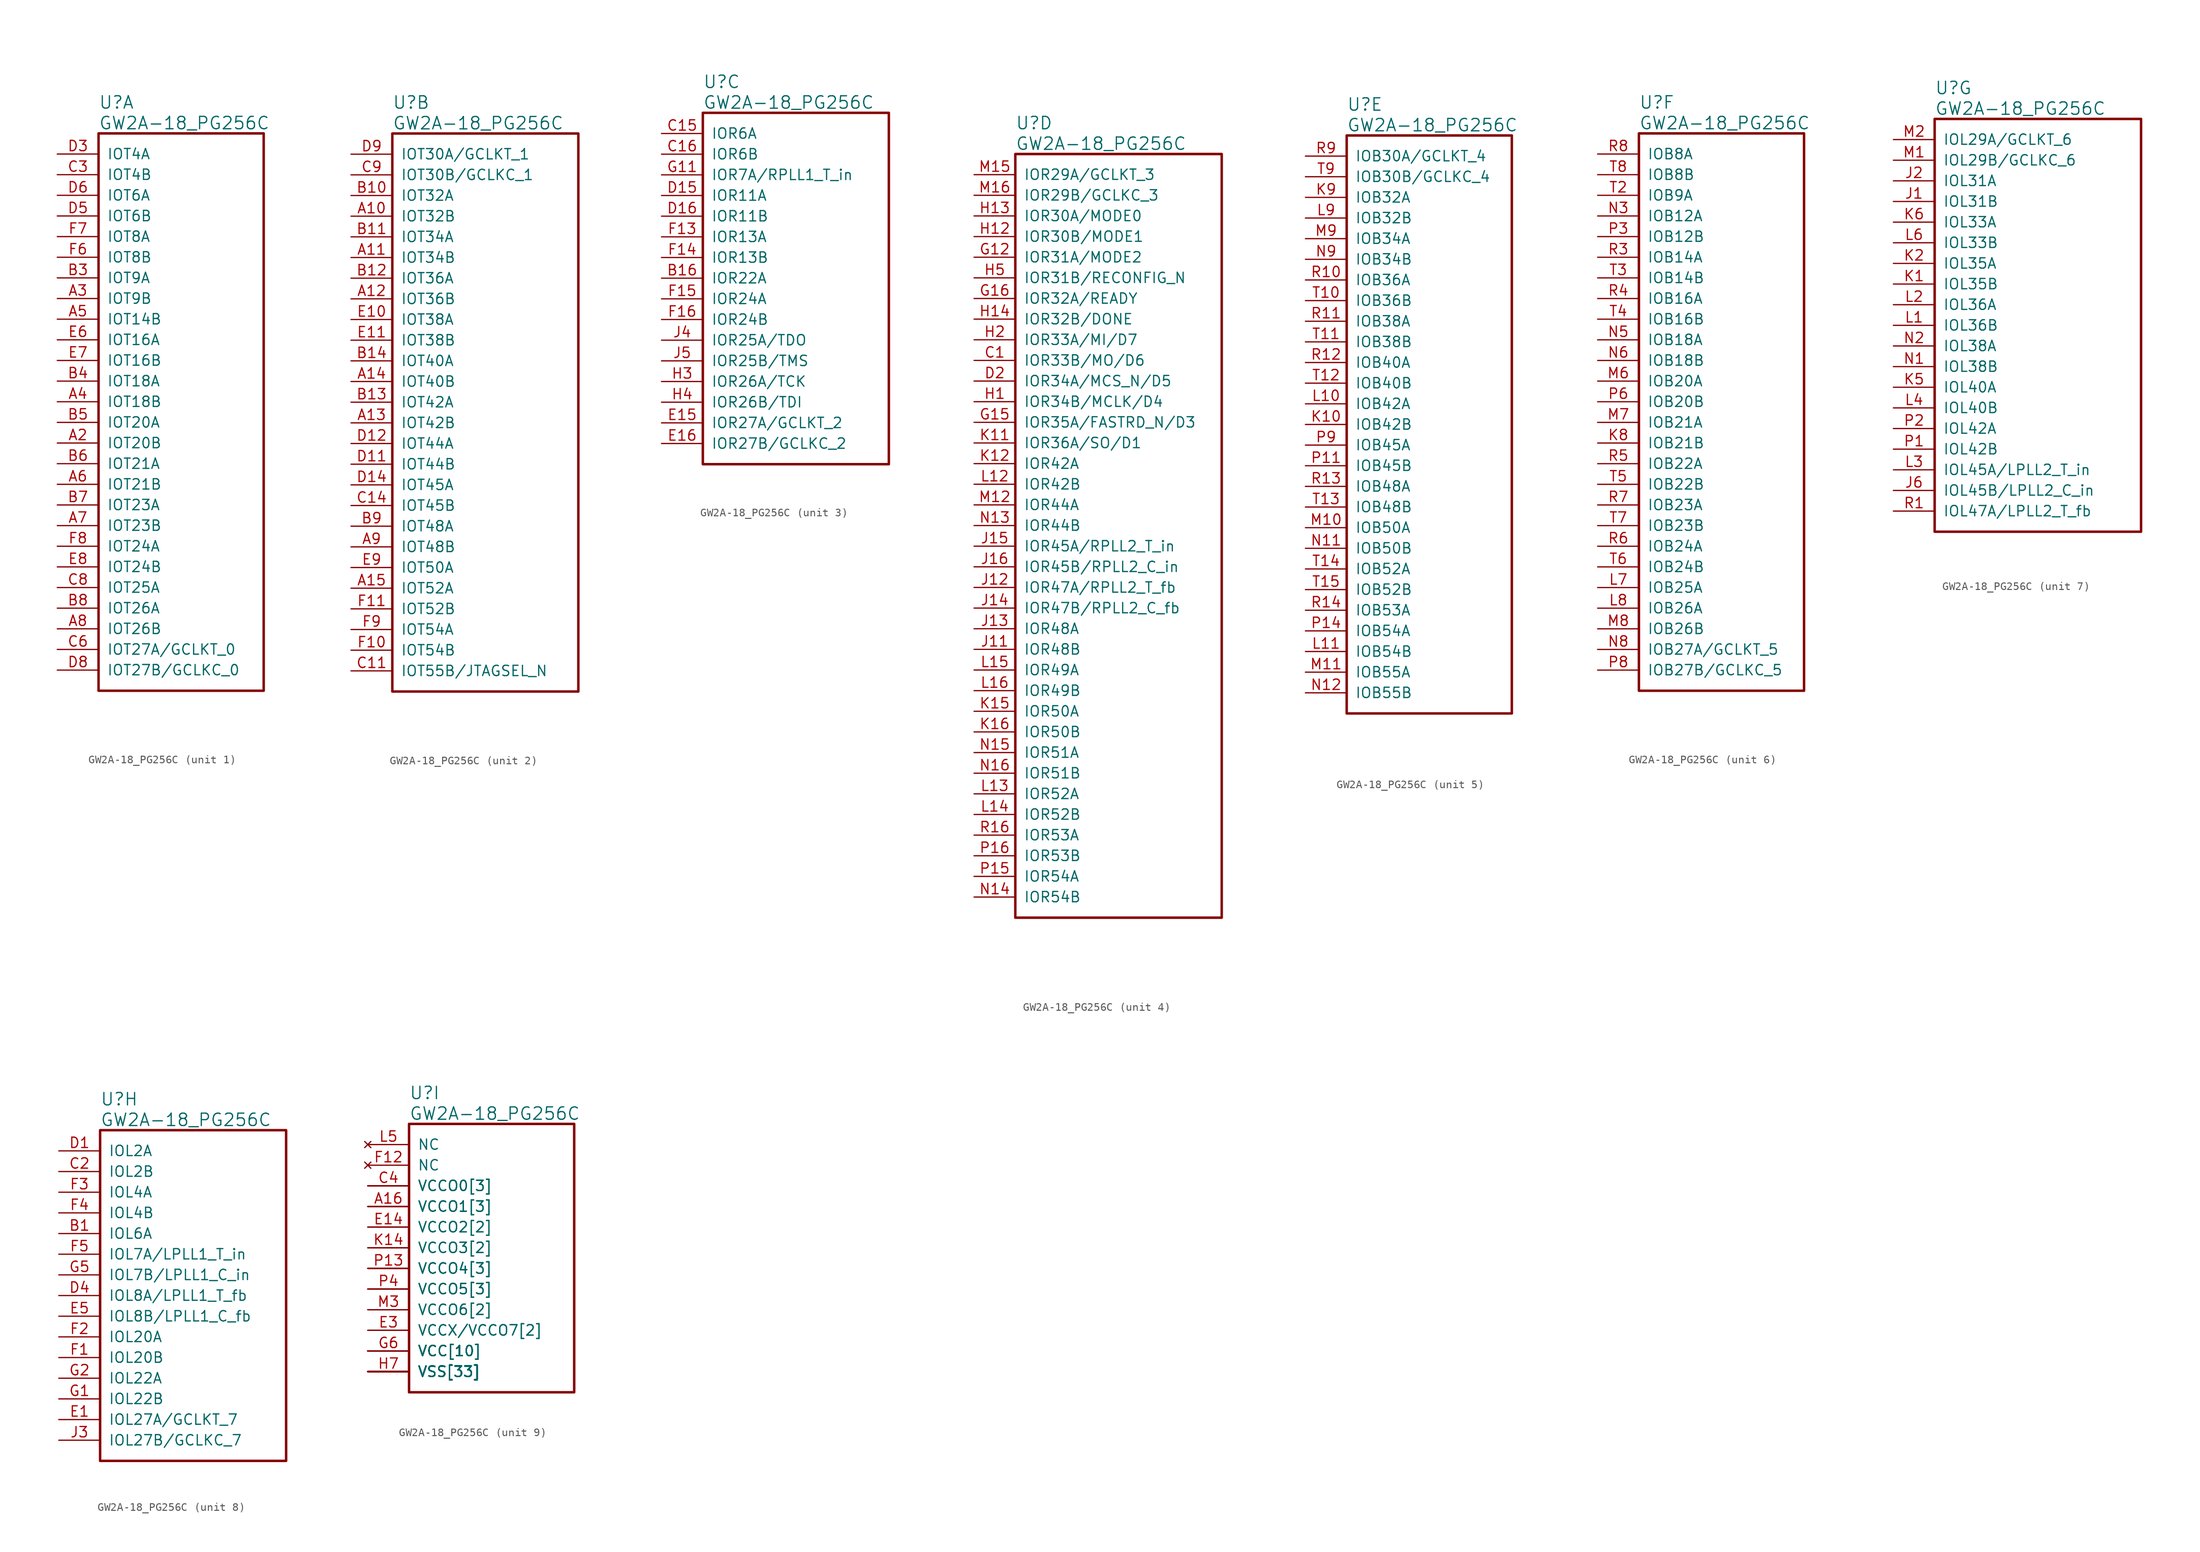
<source format=kicad_sym>
(kicad_symbol_lib
  (version 20241209)
  (generator "kicad_symbol_editor")
  (generator_version "9.0")
  (symbol "GW2A-18_PG256C"
    (pin_names
      (offset 1.016))
    (property "Reference" "U"
      (at 5.08 6.35 0)
      (effects (font (size 1.524 1.524)) (justify left)))
    (property "Value" "GW2A-18_PG256C"
      (at 5.08 3.81 0)
      (effects (font (size 1.524 1.524)) (justify left)))
    (property "ki_locked" ""
      (at 0 0 0)
      (effects (font (size 1.27 1.27))))
    (symbol "GW2A-18_PG256C_1_1"
      (rectangle (start 5.08 2.54) (end 25.4 -66.04) (stroke (width 0.305) (type solid)) (fill (type none)))
      (pin bidirectional line (at 0 0 0) (length 5.08) (name "IOT4A" (effects (font (size 1.27 1.27)))) (number "D3" (effects (font (size 1.27 1.27)))))
      (pin bidirectional line (at 0 -2.54 0) (length 5.08) (name "IOT4B" (effects (font (size 1.27 1.27)))) (number "C3" (effects (font (size 1.27 1.27)))))
      (pin bidirectional line (at 0 -5.08 0) (length 5.08) (name "IOT6A" (effects (font (size 1.27 1.27)))) (number "D6" (effects (font (size 1.27 1.27)))))
      (pin bidirectional line (at 0 -7.62 0) (length 5.08) (name "IOT6B" (effects (font (size 1.27 1.27)))) (number "D5" (effects (font (size 1.27 1.27)))))
      (pin bidirectional line (at 0 -10.16 0) (length 5.08) (name "IOT8A" (effects (font (size 1.27 1.27)))) (number "F7" (effects (font (size 1.27 1.27)))))
      (pin bidirectional line (at 0 -12.7 0) (length 5.08) (name "IOT8B" (effects (font (size 1.27 1.27)))) (number "F6" (effects (font (size 1.27 1.27)))))
      (pin bidirectional line (at 0 -15.24 0) (length 5.08) (name "IOT9A" (effects (font (size 1.27 1.27)))) (number "B3" (effects (font (size 1.27 1.27)))))
      (pin bidirectional line (at 0 -17.78 0) (length 5.08) (name "IOT9B" (effects (font (size 1.27 1.27)))) (number "A3" (effects (font (size 1.27 1.27)))))
      (pin bidirectional line (at 0 -20.32 0) (length 5.08) (name "IOT14B" (effects (font (size 1.27 1.27)))) (number "A5" (effects (font (size 1.27 1.27)))))
      (pin bidirectional line (at 0 -22.86 0) (length 5.08) (name "IOT16A" (effects (font (size 1.27 1.27)))) (number "E6" (effects (font (size 1.27 1.27)))))
      (pin bidirectional line (at 0 -25.4 0) (length 5.08) (name "IOT16B" (effects (font (size 1.27 1.27)))) (number "E7" (effects (font (size 1.27 1.27)))))
      (pin bidirectional line (at 0 -27.94 0) (length 5.08) (name "IOT18A" (effects (font (size 1.27 1.27)))) (number "B4" (effects (font (size 1.27 1.27)))))
      (pin bidirectional line (at 0 -30.48 0) (length 5.08) (name "IOT18B" (effects (font (size 1.27 1.27)))) (number "A4" (effects (font (size 1.27 1.27)))))
      (pin bidirectional line (at 0 -33.02 0) (length 5.08) (name "IOT20A" (effects (font (size 1.27 1.27)))) (number "B5" (effects (font (size 1.27 1.27)))))
      (pin bidirectional line (at 0 -35.56 0) (length 5.08) (name "IOT20B" (effects (font (size 1.27 1.27)))) (number "A2" (effects (font (size 1.27 1.27)))))
      (pin bidirectional line (at 0 -38.1 0) (length 5.08) (name "IOT21A" (effects (font (size 1.27 1.27)))) (number "B6" (effects (font (size 1.27 1.27)))))
      (pin bidirectional line (at 0 -40.64 0) (length 5.08) (name "IOT21B" (effects (font (size 1.27 1.27)))) (number "A6" (effects (font (size 1.27 1.27)))))
      (pin bidirectional line (at 0 -43.18 0) (length 5.08) (name "IOT23A" (effects (font (size 1.27 1.27)))) (number "B7" (effects (font (size 1.27 1.27)))))
      (pin bidirectional line (at 0 -45.72 0) (length 5.08) (name "IOT23B" (effects (font (size 1.27 1.27)))) (number "A7" (effects (font (size 1.27 1.27)))))
      (pin bidirectional line (at 0 -48.26 0) (length 5.08) (name "IOT24A" (effects (font (size 1.27 1.27)))) (number "F8" (effects (font (size 1.27 1.27)))))
      (pin bidirectional line (at 0 -50.8 0) (length 5.08) (name "IOT24B" (effects (font (size 1.27 1.27)))) (number "E8" (effects (font (size 1.27 1.27)))))
      (pin bidirectional line (at 0 -53.34 0) (length 5.08) (name "IOT25A" (effects (font (size 1.27 1.27)))) (number "C8" (effects (font (size 1.27 1.27)))))
      (pin bidirectional line (at 0 -55.88 0) (length 5.08) (name "IOT26A" (effects (font (size 1.27 1.27)))) (number "B8" (effects (font (size 1.27 1.27)))))
      (pin bidirectional line (at 0 -58.42 0) (length 5.08) (name "IOT26B" (effects (font (size 1.27 1.27)))) (number "A8" (effects (font (size 1.27 1.27)))))
      (pin bidirectional line (at 0 -60.96 0) (length 5.08) (name "IOT27A/GCLKT_0" (effects (font (size 1.27 1.27)))) (number "C6" (effects (font (size 1.27 1.27)))))
      (pin bidirectional line (at 0 -63.5 0) (length 5.08) (name "IOT27B/GCLKC_0" (effects (font (size 1.27 1.27)))) (number "D8" (effects (font (size 1.27 1.27))))))
    (symbol "GW2A-18_PG256C_2_1"
      (rectangle (start 5.08 2.54) (end 27.94 -66.04) (stroke (width 0.305) (type solid)) (fill (type none)))
      (pin bidirectional line (at 0 0 0) (length 5.08) (name "IOT30A/GCLKT_1" (effects (font (size 1.27 1.27)))) (number "D9" (effects (font (size 1.27 1.27)))))
      (pin bidirectional line (at 0 -2.54 0) (length 5.08) (name "IOT30B/GCLKC_1" (effects (font (size 1.27 1.27)))) (number "C9" (effects (font (size 1.27 1.27)))))
      (pin bidirectional line (at 0 -5.08 0) (length 5.08) (name "IOT32A" (effects (font (size 1.27 1.27)))) (number "B10" (effects (font (size 1.27 1.27)))))
      (pin bidirectional line (at 0 -7.62 0) (length 5.08) (name "IOT32B" (effects (font (size 1.27 1.27)))) (number "A10" (effects (font (size 1.27 1.27)))))
      (pin bidirectional line (at 0 -10.16 0) (length 5.08) (name "IOT34A" (effects (font (size 1.27 1.27)))) (number "B11" (effects (font (size 1.27 1.27)))))
      (pin bidirectional line (at 0 -12.7 0) (length 5.08) (name "IOT34B" (effects (font (size 1.27 1.27)))) (number "A11" (effects (font (size 1.27 1.27)))))
      (pin bidirectional line (at 0 -15.24 0) (length 5.08) (name "IOT36A" (effects (font (size 1.27 1.27)))) (number "B12" (effects (font (size 1.27 1.27)))))
      (pin bidirectional line (at 0 -17.78 0) (length 5.08) (name "IOT36B" (effects (font (size 1.27 1.27)))) (number "A12" (effects (font (size 1.27 1.27)))))
      (pin bidirectional line (at 0 -20.32 0) (length 5.08) (name "IOT38A" (effects (font (size 1.27 1.27)))) (number "E10" (effects (font (size 1.27 1.27)))))
      (pin bidirectional line (at 0 -22.86 0) (length 5.08) (name "IOT38B" (effects (font (size 1.27 1.27)))) (number "E11" (effects (font (size 1.27 1.27)))))
      (pin bidirectional line (at 0 -25.4 0) (length 5.08) (name "IOT40A" (effects (font (size 1.27 1.27)))) (number "B14" (effects (font (size 1.27 1.27)))))
      (pin bidirectional line (at 0 -27.94 0) (length 5.08) (name "IOT40B" (effects (font (size 1.27 1.27)))) (number "A14" (effects (font (size 1.27 1.27)))))
      (pin bidirectional line (at 0 -30.48 0) (length 5.08) (name "IOT42A" (effects (font (size 1.27 1.27)))) (number "B13" (effects (font (size 1.27 1.27)))))
      (pin bidirectional line (at 0 -33.02 0) (length 5.08) (name "IOT42B" (effects (font (size 1.27 1.27)))) (number "A13" (effects (font (size 1.27 1.27)))))
      (pin bidirectional line (at 0 -35.56 0) (length 5.08) (name "IOT44A" (effects (font (size 1.27 1.27)))) (number "D12" (effects (font (size 1.27 1.27)))))
      (pin bidirectional line (at 0 -38.1 0) (length 5.08) (name "IOT44B" (effects (font (size 1.27 1.27)))) (number "D11" (effects (font (size 1.27 1.27)))))
      (pin bidirectional line (at 0 -40.64 0) (length 5.08) (name "IOT45A" (effects (font (size 1.27 1.27)))) (number "D14" (effects (font (size 1.27 1.27)))))
      (pin bidirectional line (at 0 -43.18 0) (length 5.08) (name "IOT45B" (effects (font (size 1.27 1.27)))) (number "C14" (effects (font (size 1.27 1.27)))))
      (pin bidirectional line (at 0 -45.72 0) (length 5.08) (name "IOT48A" (effects (font (size 1.27 1.27)))) (number "B9" (effects (font (size 1.27 1.27)))))
      (pin bidirectional line (at 0 -48.26 0) (length 5.08) (name "IOT48B" (effects (font (size 1.27 1.27)))) (number "A9" (effects (font (size 1.27 1.27)))))
      (pin bidirectional line (at 0 -50.8 0) (length 5.08) (name "IOT50A" (effects (font (size 1.27 1.27)))) (number "E9" (effects (font (size 1.27 1.27)))))
      (pin bidirectional line (at 0 -53.34 0) (length 5.08) (name "IOT52A" (effects (font (size 1.27 1.27)))) (number "A15" (effects (font (size 1.27 1.27)))))
      (pin bidirectional line (at 0 -55.88 0) (length 5.08) (name "IOT52B" (effects (font (size 1.27 1.27)))) (number "F11" (effects (font (size 1.27 1.27)))))
      (pin bidirectional line (at 0 -58.42 0) (length 5.08) (name "IOT54A" (effects (font (size 1.27 1.27)))) (number "F9" (effects (font (size 1.27 1.27)))))
      (pin bidirectional line (at 0 -60.96 0) (length 5.08) (name "IOT54B" (effects (font (size 1.27 1.27)))) (number "F10" (effects (font (size 1.27 1.27)))))
      (pin bidirectional line (at 0 -63.5 0) (length 5.08) (name "IOT55B/JTAGSEL_N" (effects (font (size 1.27 1.27)))) (number "C11" (effects (font (size 1.27 1.27))))))
    (symbol "GW2A-18_PG256C_3_1"
      (rectangle (start 5.08 2.54) (end 27.94 -40.64) (stroke (width 0.305) (type solid)) (fill (type none)))
      (pin bidirectional line (at 0 0 0) (length 5.08) (name "IOR6A" (effects (font (size 1.27 1.27)))) (number "C15" (effects (font (size 1.27 1.27)))))
      (pin bidirectional line (at 0 -2.54 0) (length 5.08) (name "IOR6B" (effects (font (size 1.27 1.27)))) (number "C16" (effects (font (size 1.27 1.27)))))
      (pin bidirectional line (at 0 -5.08 0) (length 5.08) (name "IOR7A/RPLL1_T_in" (effects (font (size 1.27 1.27)))) (number "G11" (effects (font (size 1.27 1.27)))))
      (pin bidirectional line (at 0 -7.62 0) (length 5.08) (name "IOR11A" (effects (font (size 1.27 1.27)))) (number "D15" (effects (font (size 1.27 1.27)))))
      (pin bidirectional line (at 0 -10.16 0) (length 5.08) (name "IOR11B" (effects (font (size 1.27 1.27)))) (number "D16" (effects (font (size 1.27 1.27)))))
      (pin bidirectional line (at 0 -12.7 0) (length 5.08) (name "IOR13A" (effects (font (size 1.27 1.27)))) (number "F13" (effects (font (size 1.27 1.27)))))
      (pin bidirectional line (at 0 -15.24 0) (length 5.08) (name "IOR13B" (effects (font (size 1.27 1.27)))) (number "F14" (effects (font (size 1.27 1.27)))))
      (pin bidirectional line (at 0 -17.78 0) (length 5.08) (name "IOR22A" (effects (font (size 1.27 1.27)))) (number "B16" (effects (font (size 1.27 1.27)))))
      (pin bidirectional line (at 0 -20.32 0) (length 5.08) (name "IOR24A" (effects (font (size 1.27 1.27)))) (number "F15" (effects (font (size 1.27 1.27)))))
      (pin bidirectional line (at 0 -22.86 0) (length 5.08) (name "IOR24B" (effects (font (size 1.27 1.27)))) (number "F16" (effects (font (size 1.27 1.27)))))
      (pin bidirectional line (at 0 -25.4 0) (length 5.08) (name "IOR25A/TDO" (effects (font (size 1.27 1.27)))) (number "J4" (effects (font (size 1.27 1.27)))))
      (pin bidirectional line (at 0 -27.94 0) (length 5.08) (name "IOR25B/TMS" (effects (font (size 1.27 1.27)))) (number "J5" (effects (font (size 1.27 1.27)))))
      (pin bidirectional line (at 0 -30.48 0) (length 5.08) (name "IOR26A/TCK" (effects (font (size 1.27 1.27)))) (number "H3" (effects (font (size 1.27 1.27)))))
      (pin bidirectional line (at 0 -33.02 0) (length 5.08) (name "IOR26B/TDI" (effects (font (size 1.27 1.27)))) (number "H4" (effects (font (size 1.27 1.27)))))
      (pin bidirectional line (at 0 -35.56 0) (length 5.08) (name "IOR27A/GCLKT_2" (effects (font (size 1.27 1.27)))) (number "E15" (effects (font (size 1.27 1.27)))))
      (pin bidirectional line (at 0 -38.1 0) (length 5.08) (name "IOR27B/GCLKC_2" (effects (font (size 1.27 1.27)))) (number "E16" (effects (font (size 1.27 1.27))))))
    (symbol "GW2A-18_PG256C_4_1"
      (rectangle (start 5.08 2.54) (end 30.48 -91.44) (stroke (width 0.305) (type solid)) (fill (type none)))
      (pin bidirectional line (at 0 0 0) (length 5.08) (name "IOR29A/GCLKT_3" (effects (font (size 1.27 1.27)))) (number "M15" (effects (font (size 1.27 1.27)))))
      (pin bidirectional line (at 0 -2.54 0) (length 5.08) (name "IOR29B/GCLKC_3" (effects (font (size 1.27 1.27)))) (number "M16" (effects (font (size 1.27 1.27)))))
      (pin bidirectional line (at 0 -5.08 0) (length 5.08) (name "IOR30A/MODE0" (effects (font (size 1.27 1.27)))) (number "H13" (effects (font (size 1.27 1.27)))))
      (pin bidirectional line (at 0 -7.62 0) (length 5.08) (name "IOR30B/MODE1" (effects (font (size 1.27 1.27)))) (number "H12" (effects (font (size 1.27 1.27)))))
      (pin bidirectional line (at 0 -10.16 0) (length 5.08) (name "IOR31A/MODE2" (effects (font (size 1.27 1.27)))) (number "G12" (effects (font (size 1.27 1.27)))))
      (pin bidirectional line (at 0 -12.7 0) (length 5.08) (name "IOR31B/RECONFIG_N" (effects (font (size 1.27 1.27)))) (number "H5" (effects (font (size 1.27 1.27)))))
      (pin bidirectional line (at 0 -15.24 0) (length 5.08) (name "IOR32A/READY" (effects (font (size 1.27 1.27)))) (number "G16" (effects (font (size 1.27 1.27)))))
      (pin bidirectional line (at 0 -17.78 0) (length 5.08) (name "IOR32B/DONE" (effects (font (size 1.27 1.27)))) (number "H14" (effects (font (size 1.27 1.27)))))
      (pin bidirectional line (at 0 -20.32 0) (length 5.08) (name "IOR33A/MI/D7" (effects (font (size 1.27 1.27)))) (number "H2" (effects (font (size 1.27 1.27)))))
      (pin bidirectional line (at 0 -22.86 0) (length 5.08) (name "IOR33B/MO/D6" (effects (font (size 1.27 1.27)))) (number "C1" (effects (font (size 1.27 1.27)))))
      (pin bidirectional line (at 0 -25.4 0) (length 5.08) (name "IOR34A/MCS_N/D5" (effects (font (size 1.27 1.27)))) (number "D2" (effects (font (size 1.27 1.27)))))
      (pin bidirectional line (at 0 -27.94 0) (length 5.08) (name "IOR34B/MCLK/D4" (effects (font (size 1.27 1.27)))) (number "H1" (effects (font (size 1.27 1.27)))))
      (pin bidirectional line (at 0 -30.48 0) (length 5.08) (name "IOR35A/FASTRD_N/D3" (effects (font (size 1.27 1.27)))) (number "G15" (effects (font (size 1.27 1.27)))))
      (pin bidirectional line (at 0 -33.02 0) (length 5.08) (name "IOR36A/SO/D1" (effects (font (size 1.27 1.27)))) (number "K11" (effects (font (size 1.27 1.27)))))
      (pin bidirectional line (at 0 -35.56 0) (length 5.08) (name "IOR42A" (effects (font (size 1.27 1.27)))) (number "K12" (effects (font (size 1.27 1.27)))))
      (pin bidirectional line (at 0 -38.1 0) (length 5.08) (name "IOR42B" (effects (font (size 1.27 1.27)))) (number "L12" (effects (font (size 1.27 1.27)))))
      (pin bidirectional line (at 0 -40.64 0) (length 5.08) (name "IOR44A" (effects (font (size 1.27 1.27)))) (number "M12" (effects (font (size 1.27 1.27)))))
      (pin bidirectional line (at 0 -43.18 0) (length 5.08) (name "IOR44B" (effects (font (size 1.27 1.27)))) (number "N13" (effects (font (size 1.27 1.27)))))
      (pin bidirectional line (at 0 -45.72 0) (length 5.08) (name "IOR45A/RPLL2_T_in" (effects (font (size 1.27 1.27)))) (number "J15" (effects (font (size 1.27 1.27)))))
      (pin bidirectional line (at 0 -48.26 0) (length 5.08) (name "IOR45B/RPLL2_C_in" (effects (font (size 1.27 1.27)))) (number "J16" (effects (font (size 1.27 1.27)))))
      (pin bidirectional line (at 0 -50.8 0) (length 5.08) (name "IOR47A/RPLL2_T_fb" (effects (font (size 1.27 1.27)))) (number "J12" (effects (font (size 1.27 1.27)))))
      (pin bidirectional line (at 0 -53.34 0) (length 5.08) (name "IOR47B/RPLL2_C_fb" (effects (font (size 1.27 1.27)))) (number "J14" (effects (font (size 1.27 1.27)))))
      (pin bidirectional line (at 0 -55.88 0) (length 5.08) (name "IOR48A" (effects (font (size 1.27 1.27)))) (number "J13" (effects (font (size 1.27 1.27)))))
      (pin bidirectional line (at 0 -58.42 0) (length 5.08) (name "IOR48B" (effects (font (size 1.27 1.27)))) (number "J11" (effects (font (size 1.27 1.27)))))
      (pin bidirectional line (at 0 -60.96 0) (length 5.08) (name "IOR49A" (effects (font (size 1.27 1.27)))) (number "L15" (effects (font (size 1.27 1.27)))))
      (pin bidirectional line (at 0 -63.5 0) (length 5.08) (name "IOR49B" (effects (font (size 1.27 1.27)))) (number "L16" (effects (font (size 1.27 1.27)))))
      (pin bidirectional line (at 0 -66.04 0) (length 5.08) (name "IOR50A" (effects (font (size 1.27 1.27)))) (number "K15" (effects (font (size 1.27 1.27)))))
      (pin bidirectional line (at 0 -68.58 0) (length 5.08) (name "IOR50B" (effects (font (size 1.27 1.27)))) (number "K16" (effects (font (size 1.27 1.27)))))
      (pin bidirectional line (at 0 -71.12 0) (length 5.08) (name "IOR51A" (effects (font (size 1.27 1.27)))) (number "N15" (effects (font (size 1.27 1.27)))))
      (pin bidirectional line (at 0 -73.66 0) (length 5.08) (name "IOR51B" (effects (font (size 1.27 1.27)))) (number "N16" (effects (font (size 1.27 1.27)))))
      (pin bidirectional line (at 0 -76.2 0) (length 5.08) (name "IOR52A" (effects (font (size 1.27 1.27)))) (number "L13" (effects (font (size 1.27 1.27)))))
      (pin bidirectional line (at 0 -78.74 0) (length 5.08) (name "IOR52B" (effects (font (size 1.27 1.27)))) (number "L14" (effects (font (size 1.27 1.27)))))
      (pin bidirectional line (at 0 -81.28 0) (length 5.08) (name "IOR53A" (effects (font (size 1.27 1.27)))) (number "R16" (effects (font (size 1.27 1.27)))))
      (pin bidirectional line (at 0 -83.82 0) (length 5.08) (name "IOR53B" (effects (font (size 1.27 1.27)))) (number "P16" (effects (font (size 1.27 1.27)))))
      (pin bidirectional line (at 0 -86.36 0) (length 5.08) (name "IOR54A" (effects (font (size 1.27 1.27)))) (number "P15" (effects (font (size 1.27 1.27)))))
      (pin bidirectional line (at 0 -88.9 0) (length 5.08) (name "IOR54B" (effects (font (size 1.27 1.27)))) (number "N14" (effects (font (size 1.27 1.27))))))
    (symbol "GW2A-18_PG256C_5_1"
      (rectangle (start 5.08 2.54) (end 25.4 -68.58) (stroke (width 0.305) (type solid)) (fill (type none)))
      (pin bidirectional line (at 0 0 0) (length 5.08) (name "IOB30A/GCLKT_4" (effects (font (size 1.27 1.27)))) (number "R9" (effects (font (size 1.27 1.27)))))
      (pin bidirectional line (at 0 -2.54 0) (length 5.08) (name "IOB30B/GCLKC_4" (effects (font (size 1.27 1.27)))) (number "T9" (effects (font (size 1.27 1.27)))))
      (pin bidirectional line (at 0 -5.08 0) (length 5.08) (name "IOB32A" (effects (font (size 1.27 1.27)))) (number "K9" (effects (font (size 1.27 1.27)))))
      (pin bidirectional line (at 0 -7.62 0) (length 5.08) (name "IOB32B" (effects (font (size 1.27 1.27)))) (number "L9" (effects (font (size 1.27 1.27)))))
      (pin bidirectional line (at 0 -10.16 0) (length 5.08) (name "IOB34A" (effects (font (size 1.27 1.27)))) (number "M9" (effects (font (size 1.27 1.27)))))
      (pin bidirectional line (at 0 -12.7 0) (length 5.08) (name "IOB34B" (effects (font (size 1.27 1.27)))) (number "N9" (effects (font (size 1.27 1.27)))))
      (pin bidirectional line (at 0 -15.24 0) (length 5.08) (name "IOB36A" (effects (font (size 1.27 1.27)))) (number "R10" (effects (font (size 1.27 1.27)))))
      (pin bidirectional line (at 0 -17.78 0) (length 5.08) (name "IOB36B" (effects (font (size 1.27 1.27)))) (number "T10" (effects (font (size 1.27 1.27)))))
      (pin bidirectional line (at 0 -20.32 0) (length 5.08) (name "IOB38A" (effects (font (size 1.27 1.27)))) (number "R11" (effects (font (size 1.27 1.27)))))
      (pin bidirectional line (at 0 -22.86 0) (length 5.08) (name "IOB38B" (effects (font (size 1.27 1.27)))) (number "T11" (effects (font (size 1.27 1.27)))))
      (pin bidirectional line (at 0 -25.4 0) (length 5.08) (name "IOB40A" (effects (font (size 1.27 1.27)))) (number "R12" (effects (font (size 1.27 1.27)))))
      (pin bidirectional line (at 0 -27.94 0) (length 5.08) (name "IOB40B" (effects (font (size 1.27 1.27)))) (number "T12" (effects (font (size 1.27 1.27)))))
      (pin bidirectional line (at 0 -30.48 0) (length 5.08) (name "IOB42A" (effects (font (size 1.27 1.27)))) (number "L10" (effects (font (size 1.27 1.27)))))
      (pin bidirectional line (at 0 -33.02 0) (length 5.08) (name "IOB42B" (effects (font (size 1.27 1.27)))) (number "K10" (effects (font (size 1.27 1.27)))))
      (pin bidirectional line (at 0 -35.56 0) (length 5.08) (name "IOB45A" (effects (font (size 1.27 1.27)))) (number "P9" (effects (font (size 1.27 1.27)))))
      (pin bidirectional line (at 0 -38.1 0) (length 5.08) (name "IOB45B" (effects (font (size 1.27 1.27)))) (number "P11" (effects (font (size 1.27 1.27)))))
      (pin bidirectional line (at 0 -40.64 0) (length 5.08) (name "IOB48A" (effects (font (size 1.27 1.27)))) (number "R13" (effects (font (size 1.27 1.27)))))
      (pin bidirectional line (at 0 -43.18 0) (length 5.08) (name "IOB48B" (effects (font (size 1.27 1.27)))) (number "T13" (effects (font (size 1.27 1.27)))))
      (pin bidirectional line (at 0 -45.72 0) (length 5.08) (name "IOB50A" (effects (font (size 1.27 1.27)))) (number "M10" (effects (font (size 1.27 1.27)))))
      (pin bidirectional line (at 0 -48.26 0) (length 5.08) (name "IOB50B" (effects (font (size 1.27 1.27)))) (number "N11" (effects (font (size 1.27 1.27)))))
      (pin bidirectional line (at 0 -50.8 0) (length 5.08) (name "IOB52A" (effects (font (size 1.27 1.27)))) (number "T14" (effects (font (size 1.27 1.27)))))
      (pin bidirectional line (at 0 -53.34 0) (length 5.08) (name "IOB52B" (effects (font (size 1.27 1.27)))) (number "T15" (effects (font (size 1.27 1.27)))))
      (pin bidirectional line (at 0 -55.88 0) (length 5.08) (name "IOB53A" (effects (font (size 1.27 1.27)))) (number "R14" (effects (font (size 1.27 1.27)))))
      (pin bidirectional line (at 0 -58.42 0) (length 5.08) (name "IOB54A" (effects (font (size 1.27 1.27)))) (number "P14" (effects (font (size 1.27 1.27)))))
      (pin bidirectional line (at 0 -60.96 0) (length 5.08) (name "IOB54B" (effects (font (size 1.27 1.27)))) (number "L11" (effects (font (size 1.27 1.27)))))
      (pin bidirectional line (at 0 -63.5 0) (length 5.08) (name "IOB55A" (effects (font (size 1.27 1.27)))) (number "M11" (effects (font (size 1.27 1.27)))))
      (pin bidirectional line (at 0 -66.04 0) (length 5.08) (name "IOB55B" (effects (font (size 1.27 1.27)))) (number "N12" (effects (font (size 1.27 1.27))))))
    (symbol "GW2A-18_PG256C_6_1"
      (rectangle (start 5.08 2.54) (end 25.4 -66.04) (stroke (width 0.305) (type solid)) (fill (type none)))
      (pin bidirectional line (at 0 0 0) (length 5.08) (name "IOB8A" (effects (font (size 1.27 1.27)))) (number "R8" (effects (font (size 1.27 1.27)))))
      (pin bidirectional line (at 0 -2.54 0) (length 5.08) (name "IOB8B" (effects (font (size 1.27 1.27)))) (number "T8" (effects (font (size 1.27 1.27)))))
      (pin bidirectional line (at 0 -5.08 0) (length 5.08) (name "IOB9A" (effects (font (size 1.27 1.27)))) (number "T2" (effects (font (size 1.27 1.27)))))
      (pin bidirectional line (at 0 -7.62 0) (length 5.08) (name "IOB12A" (effects (font (size 1.27 1.27)))) (number "N3" (effects (font (size 1.27 1.27)))))
      (pin bidirectional line (at 0 -10.16 0) (length 5.08) (name "IOB12B" (effects (font (size 1.27 1.27)))) (number "P3" (effects (font (size 1.27 1.27)))))
      (pin bidirectional line (at 0 -12.7 0) (length 5.08) (name "IOB14A" (effects (font (size 1.27 1.27)))) (number "R3" (effects (font (size 1.27 1.27)))))
      (pin bidirectional line (at 0 -15.24 0) (length 5.08) (name "IOB14B" (effects (font (size 1.27 1.27)))) (number "T3" (effects (font (size 1.27 1.27)))))
      (pin bidirectional line (at 0 -17.78 0) (length 5.08) (name "IOB16A" (effects (font (size 1.27 1.27)))) (number "R4" (effects (font (size 1.27 1.27)))))
      (pin bidirectional line (at 0 -20.32 0) (length 5.08) (name "IOB16B" (effects (font (size 1.27 1.27)))) (number "T4" (effects (font (size 1.27 1.27)))))
      (pin bidirectional line (at 0 -22.86 0) (length 5.08) (name "IOB18A" (effects (font (size 1.27 1.27)))) (number "N5" (effects (font (size 1.27 1.27)))))
      (pin bidirectional line (at 0 -25.4 0) (length 5.08) (name "IOB18B" (effects (font (size 1.27 1.27)))) (number "N6" (effects (font (size 1.27 1.27)))))
      (pin bidirectional line (at 0 -27.94 0) (length 5.08) (name "IOB20A" (effects (font (size 1.27 1.27)))) (number "M6" (effects (font (size 1.27 1.27)))))
      (pin bidirectional line (at 0 -30.48 0) (length 5.08) (name "IOB20B" (effects (font (size 1.27 1.27)))) (number "P6" (effects (font (size 1.27 1.27)))))
      (pin bidirectional line (at 0 -33.02 0) (length 5.08) (name "IOB21A" (effects (font (size 1.27 1.27)))) (number "M7" (effects (font (size 1.27 1.27)))))
      (pin bidirectional line (at 0 -35.56 0) (length 5.08) (name "IOB21B" (effects (font (size 1.27 1.27)))) (number "K8" (effects (font (size 1.27 1.27)))))
      (pin bidirectional line (at 0 -38.1 0) (length 5.08) (name "IOB22A" (effects (font (size 1.27 1.27)))) (number "R5" (effects (font (size 1.27 1.27)))))
      (pin bidirectional line (at 0 -40.64 0) (length 5.08) (name "IOB22B" (effects (font (size 1.27 1.27)))) (number "T5" (effects (font (size 1.27 1.27)))))
      (pin bidirectional line (at 0 -43.18 0) (length 5.08) (name "IOB23A" (effects (font (size 1.27 1.27)))) (number "R7" (effects (font (size 1.27 1.27)))))
      (pin bidirectional line (at 0 -45.72 0) (length 5.08) (name "IOB23B" (effects (font (size 1.27 1.27)))) (number "T7" (effects (font (size 1.27 1.27)))))
      (pin bidirectional line (at 0 -48.26 0) (length 5.08) (name "IOB24A" (effects (font (size 1.27 1.27)))) (number "R6" (effects (font (size 1.27 1.27)))))
      (pin bidirectional line (at 0 -50.8 0) (length 5.08) (name "IOB24B" (effects (font (size 1.27 1.27)))) (number "T6" (effects (font (size 1.27 1.27)))))
      (pin bidirectional line (at 0 -53.34 0) (length 5.08) (name "IOB25A" (effects (font (size 1.27 1.27)))) (number "L7" (effects (font (size 1.27 1.27)))))
      (pin bidirectional line (at 0 -55.88 0) (length 5.08) (name "IOB26A" (effects (font (size 1.27 1.27)))) (number "L8" (effects (font (size 1.27 1.27)))))
      (pin bidirectional line (at 0 -58.42 0) (length 5.08) (name "IOB26B" (effects (font (size 1.27 1.27)))) (number "M8" (effects (font (size 1.27 1.27)))))
      (pin bidirectional line (at 0 -60.96 0) (length 5.08) (name "IOB27A/GCLKT_5" (effects (font (size 1.27 1.27)))) (number "N8" (effects (font (size 1.27 1.27)))))
      (pin bidirectional line (at 0 -63.5 0) (length 5.08) (name "IOB27B/GCLKC_5" (effects (font (size 1.27 1.27)))) (number "P8" (effects (font (size 1.27 1.27))))))
    (symbol "GW2A-18_PG256C_7_1"
      (rectangle (start 5.08 2.54) (end 30.48 -48.26) (stroke (width 0.305) (type solid)) (fill (type none)))
      (pin bidirectional line (at 0 0 0) (length 5.08) (name "IOL29A/GCLKT_6" (effects (font (size 1.27 1.27)))) (number "M2" (effects (font (size 1.27 1.27)))))
      (pin bidirectional line (at 0 -2.54 0) (length 5.08) (name "IOL29B/GCLKC_6" (effects (font (size 1.27 1.27)))) (number "M1" (effects (font (size 1.27 1.27)))))
      (pin bidirectional line (at 0 -5.08 0) (length 5.08) (name "IOL31A" (effects (font (size 1.27 1.27)))) (number "J2" (effects (font (size 1.27 1.27)))))
      (pin bidirectional line (at 0 -7.62 0) (length 5.08) (name "IOL31B" (effects (font (size 1.27 1.27)))) (number "J1" (effects (font (size 1.27 1.27)))))
      (pin bidirectional line (at 0 -10.16 0) (length 5.08) (name "IOL33A" (effects (font (size 1.27 1.27)))) (number "K6" (effects (font (size 1.27 1.27)))))
      (pin bidirectional line (at 0 -12.7 0) (length 5.08) (name "IOL33B" (effects (font (size 1.27 1.27)))) (number "L6" (effects (font (size 1.27 1.27)))))
      (pin bidirectional line (at 0 -15.24 0) (length 5.08) (name "IOL35A" (effects (font (size 1.27 1.27)))) (number "K2" (effects (font (size 1.27 1.27)))))
      (pin bidirectional line (at 0 -17.78 0) (length 5.08) (name "IOL35B" (effects (font (size 1.27 1.27)))) (number "K1" (effects (font (size 1.27 1.27)))))
      (pin bidirectional line (at 0 -20.32 0) (length 5.08) (name "IOL36A" (effects (font (size 1.27 1.27)))) (number "L2" (effects (font (size 1.27 1.27)))))
      (pin bidirectional line (at 0 -22.86 0) (length 5.08) (name "IOL36B" (effects (font (size 1.27 1.27)))) (number "L1" (effects (font (size 1.27 1.27)))))
      (pin bidirectional line (at 0 -25.4 0) (length 5.08) (name "IOL38A" (effects (font (size 1.27 1.27)))) (number "N2" (effects (font (size 1.27 1.27)))))
      (pin bidirectional line (at 0 -27.94 0) (length 5.08) (name "IOL38B" (effects (font (size 1.27 1.27)))) (number "N1" (effects (font (size 1.27 1.27)))))
      (pin bidirectional line (at 0 -30.48 0) (length 5.08) (name "IOL40A" (effects (font (size 1.27 1.27)))) (number "K5" (effects (font (size 1.27 1.27)))))
      (pin bidirectional line (at 0 -33.02 0) (length 5.08) (name "IOL40B" (effects (font (size 1.27 1.27)))) (number "L4" (effects (font (size 1.27 1.27)))))
      (pin bidirectional line (at 0 -35.56 0) (length 5.08) (name "IOL42A" (effects (font (size 1.27 1.27)))) (number "P2" (effects (font (size 1.27 1.27)))))
      (pin bidirectional line (at 0 -38.1 0) (length 5.08) (name "IOL42B" (effects (font (size 1.27 1.27)))) (number "P1" (effects (font (size 1.27 1.27)))))
      (pin bidirectional line (at 0 -40.64 0) (length 5.08) (name "IOL45A/LPLL2_T_in" (effects (font (size 1.27 1.27)))) (number "L3" (effects (font (size 1.27 1.27)))))
      (pin bidirectional line (at 0 -43.18 0) (length 5.08) (name "IOL45B/LPLL2_C_in" (effects (font (size 1.27 1.27)))) (number "J6" (effects (font (size 1.27 1.27)))))
      (pin bidirectional line (at 0 -45.72 0) (length 5.08) (name "IOL47A/LPLL2_T_fb" (effects (font (size 1.27 1.27)))) (number "R1" (effects (font (size 1.27 1.27))))))
    (symbol "GW2A-18_PG256C_8_1"
      (rectangle (start 5.08 2.54) (end 27.94 -38.1) (stroke (width 0.305) (type solid)) (fill (type none)))
      (pin bidirectional line (at 0 0 0) (length 5.08) (name "IOL2A" (effects (font (size 1.27 1.27)))) (number "D1" (effects (font (size 1.27 1.27)))))
      (pin bidirectional line (at 0 -2.54 0) (length 5.08) (name "IOL2B" (effects (font (size 1.27 1.27)))) (number "C2" (effects (font (size 1.27 1.27)))))
      (pin bidirectional line (at 0 -5.08 0) (length 5.08) (name "IOL4A" (effects (font (size 1.27 1.27)))) (number "F3" (effects (font (size 1.27 1.27)))))
      (pin bidirectional line (at 0 -7.62 0) (length 5.08) (name "IOL4B" (effects (font (size 1.27 1.27)))) (number "F4" (effects (font (size 1.27 1.27)))))
      (pin bidirectional line (at 0 -10.16 0) (length 5.08) (name "IOL6A" (effects (font (size 1.27 1.27)))) (number "B1" (effects (font (size 1.27 1.27)))))
      (pin bidirectional line (at 0 -12.7 0) (length 5.08) (name "IOL7A/LPLL1_T_in" (effects (font (size 1.27 1.27)))) (number "F5" (effects (font (size 1.27 1.27)))))
      (pin bidirectional line (at 0 -15.24 0) (length 5.08) (name "IOL7B/LPLL1_C_in" (effects (font (size 1.27 1.27)))) (number "G5" (effects (font (size 1.27 1.27)))))
      (pin bidirectional line (at 0 -17.78 0) (length 5.08) (name "IOL8A/LPLL1_T_fb" (effects (font (size 1.27 1.27)))) (number "D4" (effects (font (size 1.27 1.27)))))
      (pin bidirectional line (at 0 -20.32 0) (length 5.08) (name "IOL8B/LPLL1_C_fb" (effects (font (size 1.27 1.27)))) (number "E5" (effects (font (size 1.27 1.27)))))
      (pin bidirectional line (at 0 -22.86 0) (length 5.08) (name "IOL20A" (effects (font (size 1.27 1.27)))) (number "F2" (effects (font (size 1.27 1.27)))))
      (pin bidirectional line (at 0 -25.4 0) (length 5.08) (name "IOL20B" (effects (font (size 1.27 1.27)))) (number "F1" (effects (font (size 1.27 1.27)))))
      (pin bidirectional line (at 0 -27.94 0) (length 5.08) (name "IOL22A" (effects (font (size 1.27 1.27)))) (number "G2" (effects (font (size 1.27 1.27)))))
      (pin bidirectional line (at 0 -30.48 0) (length 5.08) (name "IOL22B" (effects (font (size 1.27 1.27)))) (number "G1" (effects (font (size 1.27 1.27)))))
      (pin bidirectional line (at 0 -33.02 0) (length 5.08) (name "IOL27A/GCLKT_7" (effects (font (size 1.27 1.27)))) (number "E1" (effects (font (size 1.27 1.27)))))
      (pin bidirectional line (at 0 -35.56 0) (length 5.08) (name "IOL27B/GCLKC_7" (effects (font (size 1.27 1.27)))) (number "J3" (effects (font (size 1.27 1.27))))))
    (symbol "GW2A-18_PG256C_9_1"
      (rectangle (start 5.08 2.54) (end 25.4 -30.48) (stroke (width 0.305) (type solid)) (fill (type none)))
      (pin no_connect line (at 0 0 0) (length 5.08) (name "NC" (effects (font (size 1.27 1.27)))) (number "L5" (effects (font (size 1.27 1.27)))))
      (pin no_connect line (at 0 -2.54 0) (length 5.08) (name "NC" (effects (font (size 1.27 1.27)))) (number "F12" (effects (font (size 1.27 1.27)))))
      (pin power_in line (at 0 -5.08 0) (length 5.08) (name "VCCO0[3]" (effects (font (size 1.27 1.27)))) (number "A1" (effects (font (size 0 0)))))
      (pin power_in line (at 0 -5.08 0) (length 5.08) (name "VCCO0[3]" (effects (font (size 1.27 1.27)))) (number "C4" (effects (font (size 1.27 1.27)))))
      (pin power_in line (at 0 -5.08 0) (length 5.08) (name "VCCO0[3]" (effects (font (size 1.27 1.27)))) (number "C7" (effects (font (size 0 0)))))
      (pin power_in line (at 0 -7.62 0) (length 5.08) (name "VCCO1[3]" (effects (font (size 1.27 1.27)))) (number "A16" (effects (font (size 1.27 1.27)))))
      (pin power_in line (at 0 -7.62 0) (length 5.08) (name "VCCO1[3]" (effects (font (size 1.27 1.27)))) (number "C10" (effects (font (size 0 0)))))
      (pin power_in line (at 0 -7.62 0) (length 5.08) (name "VCCO1[3]" (effects (font (size 1.27 1.27)))) (number "C13" (effects (font (size 0 0)))))
      (pin power_in line (at 0 -10.16 0) (length 5.08) (name "VCCO2[2]" (effects (font (size 1.27 1.27)))) (number "E14" (effects (font (size 1.27 1.27)))))
      (pin power_in line (at 0 -10.16 0) (length 5.08) (name "VCCO2[2]" (effects (font (size 1.27 1.27)))) (number "G14" (effects (font (size 0 0)))))
      (pin power_in line (at 0 -12.7 0) (length 5.08) (name "VCCO3[2]" (effects (font (size 1.27 1.27)))) (number "K14" (effects (font (size 1.27 1.27)))))
      (pin power_in line (at 0 -12.7 0) (length 5.08) (name "VCCO3[2]" (effects (font (size 1.27 1.27)))) (number "M14" (effects (font (size 0 0)))))
      (pin power_in line (at 0 -15.24 0) (length 5.08) (name "VCCO4[3]" (effects (font (size 1.27 1.27)))) (number "P10" (effects (font (size 0 0)))))
      (pin power_in line (at 0 -15.24 0) (length 5.08) (name "VCCO4[3]" (effects (font (size 1.27 1.27)))) (number "P13" (effects (font (size 1.27 1.27)))))
      (pin power_in line (at 0 -15.24 0) (length 5.08) (name "VCCO4[3]" (effects (font (size 1.27 1.27)))) (number "T16" (effects (font (size 0 0)))))
      (pin power_in line (at 0 -17.78 0) (length 5.08) (name "VCCO5[3]" (effects (font (size 1.27 1.27)))) (number "P4" (effects (font (size 1.27 1.27)))))
      (pin power_in line (at 0 -17.78 0) (length 5.08) (name "VCCO5[3]" (effects (font (size 1.27 1.27)))) (number "P7" (effects (font (size 0 0)))))
      (pin power_in line (at 0 -17.78 0) (length 5.08) (name "VCCO5[3]" (effects (font (size 1.27 1.27)))) (number "T1" (effects (font (size 0 0)))))
      (pin power_in line (at 0 -20.32 0) (length 5.08) (name "VCCO6[2]" (effects (font (size 1.27 1.27)))) (number "K3" (effects (font (size 0 0)))))
      (pin power_in line (at 0 -20.32 0) (length 5.08) (name "VCCO6[2]" (effects (font (size 1.27 1.27)))) (number "M3" (effects (font (size 1.27 1.27)))))
      (pin power_in line (at 0 -22.86 0) (length 5.08) (name "VCCX/VCCO7[2]" (effects (font (size 1.27 1.27)))) (number "E3" (effects (font (size 1.27 1.27)))))
      (pin power_in line (at 0 -22.86 0) (length 5.08) (name "VCCX/VCCO7[2]" (effects (font (size 1.27 1.27)))) (number "G3" (effects (font (size 0 0)))))
      (pin power_in line (at 0 -25.4 0) (length 5.08) (name "VCC[10]" (effects (font (size 1.27 1.27)))) (number "D13" (effects (font (size 0 0)))))
      (pin power_in line (at 0 -25.4 0) (length 5.08) (name "VCC[10]" (effects (font (size 1.27 1.27)))) (number "G10" (effects (font (size 0 0)))))
      (pin power_in line (at 0 -25.4 0) (length 5.08) (name "VCC[10]" (effects (font (size 1.27 1.27)))) (number "G6" (effects (font (size 1.27 1.27)))))
      (pin power_in line (at 0 -25.4 0) (length 5.08) (name "VCC[10]" (effects (font (size 1.27 1.27)))) (number "G7" (effects (font (size 0 0)))))
      (pin power_in line (at 0 -25.4 0) (length 5.08) (name "VCC[10]" (effects (font (size 1.27 1.27)))) (number "G8" (effects (font (size 0 0)))))
      (pin power_in line (at 0 -25.4 0) (length 5.08) (name "VCC[10]" (effects (font (size 1.27 1.27)))) (number "G9" (effects (font (size 0 0)))))
      (pin power_in line (at 0 -25.4 0) (length 5.08) (name "VCC[10]" (effects (font (size 1.27 1.27)))) (number "H11" (effects (font (size 0 0)))))
      (pin power_in line (at 0 -25.4 0) (length 5.08) (name "VCC[10]" (effects (font (size 1.27 1.27)))) (number "H6" (effects (font (size 0 0)))))
      (pin power_in line (at 0 -25.4 0) (length 5.08) (name "VCC[10]" (effects (font (size 1.27 1.27)))) (number "K7" (effects (font (size 0 0)))))
      (pin power_in line (at 0 -25.4 0) (length 5.08) (name "VCC[10]" (effects (font (size 1.27 1.27)))) (number "N4" (effects (font (size 0 0)))))
      (pin power_in line (at 0 -27.94 0) (length 5.08) (name "VSS[33]" (effects (font (size 1.27 1.27)))) (number "B15" (effects (font (size 0 0)))))
      (pin power_in line (at 0 -27.94 0) (length 5.08) (name "VSS[33]" (effects (font (size 1.27 1.27)))) (number "B2" (effects (font (size 0 0)))))
      (pin power_in line (at 0 -27.94 0) (length 5.08) (name "VSS[33]" (effects (font (size 1.27 1.27)))) (number "C12" (effects (font (size 0 0)))))
      (pin power_in line (at 0 -27.94 0) (length 5.08) (name "VSS[33]" (effects (font (size 1.27 1.27)))) (number "C5" (effects (font (size 0 0)))))
      (pin power_in line (at 0 -27.94 0) (length 5.08) (name "VSS[33]" (effects (font (size 1.27 1.27)))) (number "D10" (effects (font (size 0 0)))))
      (pin power_in line (at 0 -27.94 0) (length 5.08) (name "VSS[33]" (effects (font (size 1.27 1.27)))) (number "D7" (effects (font (size 0 0)))))
      (pin power_in line (at 0 -27.94 0) (length 5.08) (name "VSS[33]" (effects (font (size 1.27 1.27)))) (number "E12" (effects (font (size 0 0)))))
      (pin power_in line (at 0 -27.94 0) (length 5.08) (name "VSS[33]" (effects (font (size 1.27 1.27)))) (number "E13" (effects (font (size 0 0)))))
      (pin power_in line (at 0 -27.94 0) (length 5.08) (name "VSS[33]" (effects (font (size 1.27 1.27)))) (number "E2" (effects (font (size 0 0)))))
      (pin power_in line (at 0 -27.94 0) (length 5.08) (name "VSS[33]" (effects (font (size 1.27 1.27)))) (number "E4" (effects (font (size 0 0)))))
      (pin power_in line (at 0 -27.94 0) (length 5.08) (name "VSS[33]" (effects (font (size 1.27 1.27)))) (number "G13" (effects (font (size 0 0)))))
      (pin power_in line (at 0 -27.94 0) (length 5.08) (name "VSS[33]" (effects (font (size 1.27 1.27)))) (number "G4" (effects (font (size 0 0)))))
      (pin power_in line (at 0 -27.94 0) (length 5.08) (name "VSS[33]" (effects (font (size 1.27 1.27)))) (number "H10" (effects (font (size 0 0)))))
      (pin power_in line (at 0 -27.94 0) (length 5.08) (name "VSS[33]" (effects (font (size 1.27 1.27)))) (number "H15" (effects (font (size 0 0)))))
      (pin power_in line (at 0 -27.94 0) (length 5.08) (name "VSS[33]" (effects (font (size 1.27 1.27)))) (number "H16" (effects (font (size 0 0)))))
      (pin power_in line (at 0 -27.94 0) (length 5.08) (name "VSS[33]" (effects (font (size 1.27 1.27)))) (number "H7" (effects (font (size 1.27 1.27)))))
      (pin power_in line (at 0 -27.94 0) (length 5.08) (name "VSS[33]" (effects (font (size 1.27 1.27)))) (number "H8" (effects (font (size 0 0)))))
      (pin power_in line (at 0 -27.94 0) (length 5.08) (name "VSS[33]" (effects (font (size 1.27 1.27)))) (number "H9" (effects (font (size 0 0)))))
      (pin power_in line (at 0 -27.94 0) (length 5.08) (name "VSS[33]" (effects (font (size 1.27 1.27)))) (number "J10" (effects (font (size 0 0)))))
      (pin power_in line (at 0 -27.94 0) (length 5.08) (name "VSS[33]" (effects (font (size 1.27 1.27)))) (number "J7" (effects (font (size 0 0)))))
      (pin power_in line (at 0 -27.94 0) (length 5.08) (name "VSS[33]" (effects (font (size 1.27 1.27)))) (number "J8" (effects (font (size 0 0)))))
      (pin power_in line (at 0 -27.94 0) (length 5.08) (name "VSS[33]" (effects (font (size 1.27 1.27)))) (number "J9" (effects (font (size 0 0)))))
      (pin power_in line (at 0 -27.94 0) (length 5.08) (name "VSS[33]" (effects (font (size 1.27 1.27)))) (number "K13" (effects (font (size 0 0)))))
      (pin power_in line (at 0 -27.94 0) (length 5.08) (name "VSS[33]" (effects (font (size 1.27 1.27)))) (number "K4" (effects (font (size 0 0)))))
      (pin power_in line (at 0 -27.94 0) (length 5.08) (name "VSS[33]" (effects (font (size 1.27 1.27)))) (number "M13" (effects (font (size 0 0)))))
      (pin power_in line (at 0 -27.94 0) (length 5.08) (name "VSS[33]" (effects (font (size 1.27 1.27)))) (number "M4" (effects (font (size 0 0)))))
      (pin power_in line (at 0 -27.94 0) (length 5.08) (name "VSS[33]" (effects (font (size 1.27 1.27)))) (number "M5" (effects (font (size 0 0)))))
      (pin power_in line (at 0 -27.94 0) (length 5.08) (name "VSS[33]" (effects (font (size 1.27 1.27)))) (number "N10" (effects (font (size 0 0)))))
      (pin power_in line (at 0 -27.94 0) (length 5.08) (name "VSS[33]" (effects (font (size 1.27 1.27)))) (number "N7" (effects (font (size 0 0)))))
      (pin power_in line (at 0 -27.94 0) (length 5.08) (name "VSS[33]" (effects (font (size 1.27 1.27)))) (number "P12" (effects (font (size 0 0)))))
      (pin power_in line (at 0 -27.94 0) (length 5.08) (name "VSS[33]" (effects (font (size 1.27 1.27)))) (number "P5" (effects (font (size 0 0)))))
      (pin power_in line (at 0 -27.94 0) (length 5.08) (name "VSS[33]" (effects (font (size 1.27 1.27)))) (number "R15" (effects (font (size 0 0)))))
      (pin power_in line (at 0 -27.94 0) (length 5.08) (name "VSS[33]" (effects (font (size 1.27 1.27)))) (number "R2" (effects (font (size 0 0))))))))
</source>
